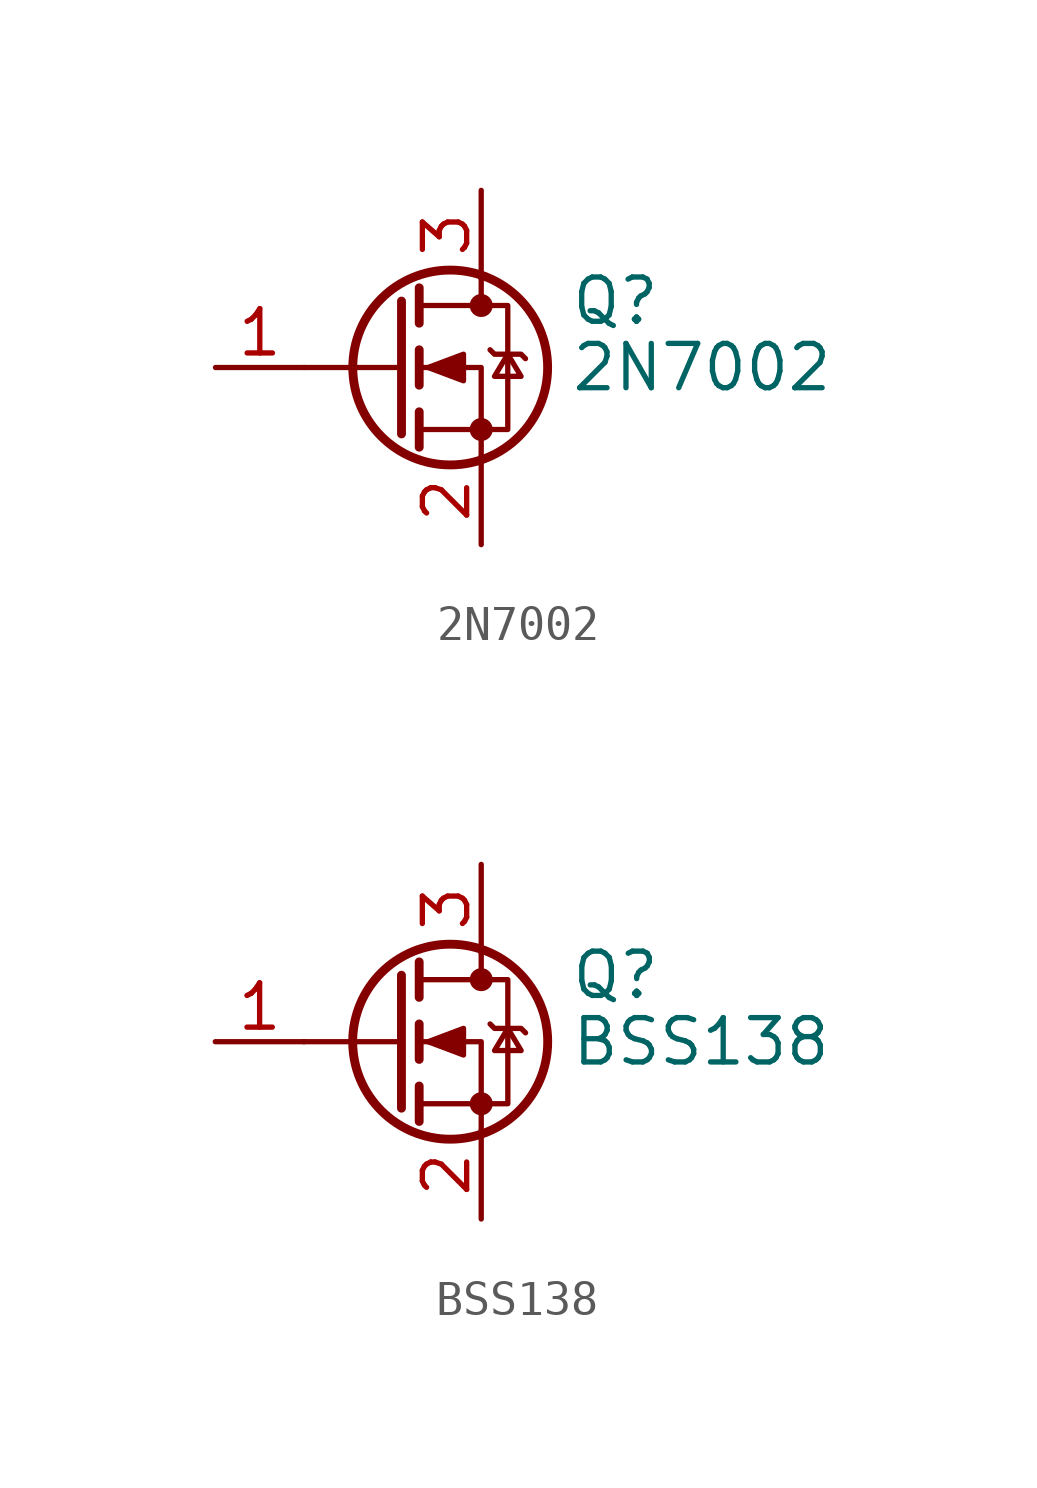
<source format=kicad_sym>
(kicad_symbol_lib
  (version 20211014)
  (generator kicad_symbol_editor)
  (symbol "2N7002"
    (pin_names hide)
    (property "Reference" "Q"
      (at 5.08 1.905 0)
      (effects (font (size 1.27 1.27)) (justify left)))
    (property "Value" "2N7002"
      (at 5.08 0 0)
      (effects (font (size 1.27 1.27)) (justify left)))
    (symbol "2N7002_0_1"
      (polyline (pts (xy 0.254 0) (xy -2.54 0)) (stroke (width 0) (type default) (color 0 0 0 0)) (fill (type none)))
      (polyline (pts (xy 0.254 1.905) (xy 0.254 -1.905)) (stroke (width 0.254) (type default) (color 0 0 0 0)) (fill (type none)))
      (polyline (pts (xy 0.762 -1.27) (xy 0.762 -2.286)) (stroke (width 0.254) (type default) (color 0 0 0 0)) (fill (type none)))
      (polyline (pts (xy 0.762 0.508) (xy 0.762 -0.508)) (stroke (width 0.254) (type default) (color 0 0 0 0)) (fill (type none)))
      (polyline (pts (xy 0.762 2.286) (xy 0.762 1.27)) (stroke (width 0.254) (type default) (color 0 0 0 0)) (fill (type none)))
      (polyline (pts (xy 2.54 2.54) (xy 2.54 1.778)) (stroke (width 0) (type default) (color 0 0 0 0)) (fill (type none)))
      (polyline (pts (xy 2.54 -2.54) (xy 2.54 0) (xy 0.762 0)) (stroke (width 0) (type default) (color 0 0 0 0)) (fill (type none)))
      (polyline (pts (xy 0.762 -1.778) (xy 3.302 -1.778) (xy 3.302 1.778) (xy 0.762 1.778)) (stroke (width 0) (type default) (color 0 0 0 0)) (fill (type none)))
      (polyline (pts (xy 1.016 0) (xy 2.032 0.381) (xy 2.032 -0.381) (xy 1.016 0)) (stroke (width 0) (type default) (color 0 0 0 0)) (fill (type outline)))
      (polyline (pts (xy 2.794 0.508) (xy 2.921 0.381) (xy 3.683 0.381) (xy 3.81 0.254)) (stroke (width 0) (type default) (color 0 0 0 0)) (fill (type none)))
      (polyline (pts (xy 3.302 0.381) (xy 2.921 -0.254) (xy 3.683 -0.254) (xy 3.302 0.381)) (stroke (width 0) (type default) (color 0 0 0 0)) (fill (type none)))
      (circle (center 1.651 0) (radius 2.794) (stroke (width 0.254) (type default) (color 0 0 0 0)) (fill (type none)))
      (circle (center 2.54 -1.778) (radius 0.254) (stroke (width 0) (type default) (color 0 0 0 0)) (fill (type outline)))
      (circle (center 2.54 1.778) (radius 0.254) (stroke (width 0) (type default) (color 0 0 0 0)) (fill (type outline))))
    (symbol "2N7002_1_1"
      (pin input line (at -5.08 0 0) (length 2.54) (name "G" (effects (font (size 1.27 1.27)))) (number "1" (effects (font (size 1.27 1.27)))))
      (pin passive line (at 2.54 -5.08 90) (length 2.54) (name "S" (effects (font (size 1.27 1.27)))) (number "2" (effects (font (size 1.27 1.27)))))
      (pin passive line (at 2.54 5.08 270) (length 2.54) (name "D" (effects (font (size 1.27 1.27)))) (number "3" (effects (font (size 1.27 1.27)))))))
  (symbol "BSS138"
    (pin_names hide)
    (property "Reference" "Q"
      (at 5.08 1.905 0)
      (effects (font (size 1.27 1.27)) (justify left)))
    (property "Value" "BSS138"
      (at 5.08 0 0)
      (effects (font (size 1.27 1.27)) (justify left)))
    (symbol "BSS138_0_1"
      (polyline (pts (xy 0.254 0) (xy -2.54 0)) (stroke (width 0) (type default) (color 0 0 0 0)) (fill (type none)))
      (polyline (pts (xy 0.254 1.905) (xy 0.254 -1.905)) (stroke (width 0.254) (type default) (color 0 0 0 0)) (fill (type none)))
      (polyline (pts (xy 0.762 -1.27) (xy 0.762 -2.286)) (stroke (width 0.254) (type default) (color 0 0 0 0)) (fill (type none)))
      (polyline (pts (xy 0.762 0.508) (xy 0.762 -0.508)) (stroke (width 0.254) (type default) (color 0 0 0 0)) (fill (type none)))
      (polyline (pts (xy 0.762 2.286) (xy 0.762 1.27)) (stroke (width 0.254) (type default) (color 0 0 0 0)) (fill (type none)))
      (polyline (pts (xy 2.54 2.54) (xy 2.54 1.778)) (stroke (width 0) (type default) (color 0 0 0 0)) (fill (type none)))
      (polyline (pts (xy 2.54 -2.54) (xy 2.54 0) (xy 0.762 0)) (stroke (width 0) (type default) (color 0 0 0 0)) (fill (type none)))
      (polyline (pts (xy 0.762 -1.778) (xy 3.302 -1.778) (xy 3.302 1.778) (xy 0.762 1.778)) (stroke (width 0) (type default) (color 0 0 0 0)) (fill (type none)))
      (polyline (pts (xy 1.016 0) (xy 2.032 0.381) (xy 2.032 -0.381) (xy 1.016 0)) (stroke (width 0) (type default) (color 0 0 0 0)) (fill (type outline)))
      (polyline (pts (xy 2.794 0.508) (xy 2.921 0.381) (xy 3.683 0.381) (xy 3.81 0.254)) (stroke (width 0) (type default) (color 0 0 0 0)) (fill (type none)))
      (polyline (pts (xy 3.302 0.381) (xy 2.921 -0.254) (xy 3.683 -0.254) (xy 3.302 0.381)) (stroke (width 0) (type default) (color 0 0 0 0)) (fill (type none)))
      (circle (center 1.651 0) (radius 2.794) (stroke (width 0.254) (type default) (color 0 0 0 0)) (fill (type none)))
      (circle (center 2.54 -1.778) (radius 0.254) (stroke (width 0) (type default) (color 0 0 0 0)) (fill (type outline)))
      (circle (center 2.54 1.778) (radius 0.254) (stroke (width 0) (type default) (color 0 0 0 0)) (fill (type outline))))
    (symbol "BSS138_1_1"
      (pin input line (at -5.08 0 0) (length 2.54) (name "G" (effects (font (size 1.27 1.27)))) (number "1" (effects (font (size 1.27 1.27)))))
      (pin passive line (at 2.54 -5.08 90) (length 2.54) (name "S" (effects (font (size 1.27 1.27)))) (number "2" (effects (font (size 1.27 1.27)))))
      (pin passive line (at 2.54 5.08 270) (length 2.54) (name "D" (effects (font (size 1.27 1.27)))) (number "3" (effects (font (size 1.27 1.27))))))))
</source>
